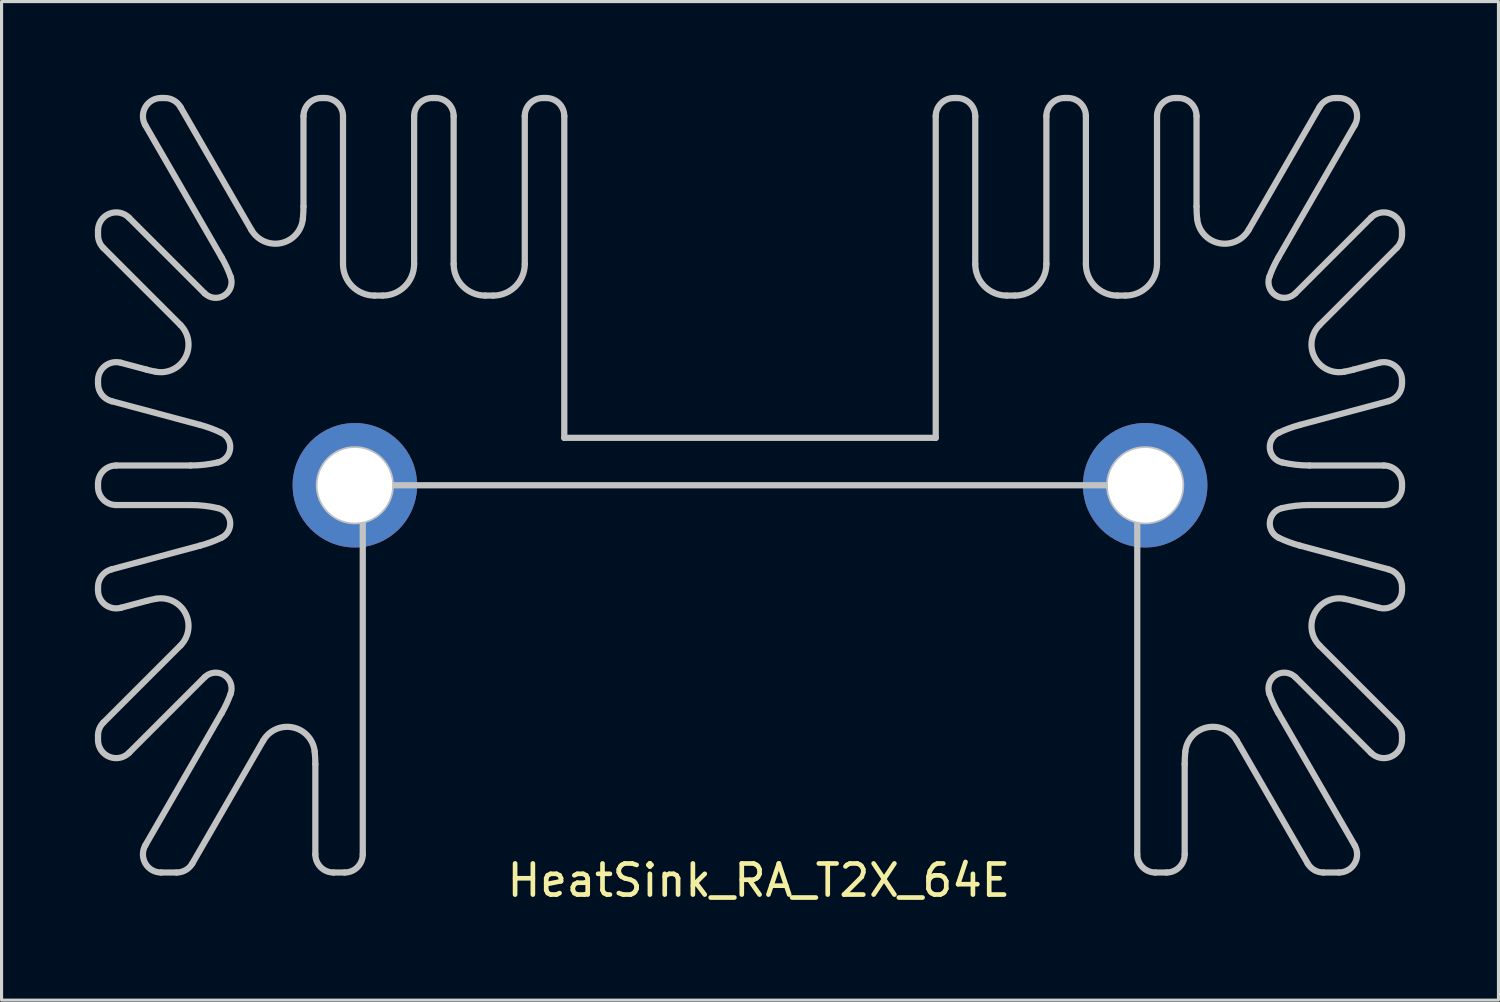
<source format=kicad_pcb>
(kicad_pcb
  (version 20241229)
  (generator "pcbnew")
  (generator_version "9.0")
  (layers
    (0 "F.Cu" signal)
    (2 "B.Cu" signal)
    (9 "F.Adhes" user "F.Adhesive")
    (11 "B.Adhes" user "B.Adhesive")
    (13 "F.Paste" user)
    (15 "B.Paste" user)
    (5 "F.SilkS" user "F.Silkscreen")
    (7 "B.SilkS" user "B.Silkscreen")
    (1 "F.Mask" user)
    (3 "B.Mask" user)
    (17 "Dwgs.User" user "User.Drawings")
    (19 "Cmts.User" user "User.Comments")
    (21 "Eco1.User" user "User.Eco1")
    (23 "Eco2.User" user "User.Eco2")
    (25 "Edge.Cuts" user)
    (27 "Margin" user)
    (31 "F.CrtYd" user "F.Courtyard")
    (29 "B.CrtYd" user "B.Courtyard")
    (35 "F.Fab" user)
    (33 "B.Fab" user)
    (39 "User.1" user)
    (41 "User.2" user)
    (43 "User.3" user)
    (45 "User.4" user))
  (footprint "HeatSink_RA_T2X_64E"
    (layer "F.Cu")
    (at 21.055 12.546)
    (property "Reference" "HeatSink_RA_T2X_64E" (at 0.283 12.7 0) (layer "F.SilkS") (effects (font (size 1 1) (thickness 0.15))))
    (attr through_hole)
    (fp_line (start -20.955 -8.186) (end -20.955 -8.042) (stroke (width 0.2) (type solid)) (layer "Dwgs.User"))
    (fp_line (start -20.955 -3.373) (end -20.955 -3.268) (stroke (width 0.2) (type solid)) (layer "Dwgs.User"))
    (fp_line (start -20.955 -0.051) (end -20.955 0.051) (stroke (width 0.2) (type solid)) (layer "Dwgs.User"))
    (fp_line (start -20.955 3.268) (end -20.955 3.373) (stroke (width 0.2) (type solid)) (layer "Dwgs.User"))
    (fp_line (start -20.955 8.042) (end -20.955 8.186) (stroke (width 0.2) (type solid)) (layer "Dwgs.User"))
    (fp_line (start -20.784 7.629) (end -18.306 5.152) (stroke (width 0.2) (type solid)) (layer "Dwgs.User"))
    (fp_line (start -20.522 2.703) (end -17.678 1.941) (stroke (width 0.2) (type solid)) (layer "Dwgs.User"))
    (fp_line (start -20.371 -0.635) (end -17.983 -0.635) (stroke (width 0.2) (type solid)) (layer "Dwgs.User"))
    (fp_line (start -20.371 0.635) (end -17.983 0.635) (stroke (width 0.2) (type solid)) (layer "Dwgs.User"))
    (fp_line (start -20.22 -3.937) (end -19.4 -3.718) (stroke (width 0.2) (type solid)) (layer "Dwgs.User"))
    (fp_line (start -19.958 -8.599) (end -17.53 -6.171) (stroke (width 0.2) (type solid)) (layer "Dwgs.User"))
    (fp_line (start -19.433 11.57) (end -16.985 7.329) (stroke (width 0.2) (type solid)) (layer "Dwgs.User"))
    (fp_line (start -19.4 3.718) (end -20.22 3.937) (stroke (width 0.2) (type solid)) (layer "Dwgs.User"))
    (fp_line (start -18.927 12.446) (end -18.429 12.446) (stroke (width 0.2) (type solid)) (layer "Dwgs.User"))
    (fp_line (start -18.81 -12.446) (end -18.927 -12.446) (stroke (width 0.2) (type solid)) (layer "Dwgs.User"))
    (fp_line (start -18.306 -5.152) (end -20.784 -7.629) (stroke (width 0.2) (type solid)) (layer "Dwgs.User"))
    (fp_line (start -18.304 -12.154) (end -16.026 -8.208) (stroke (width 0.2) (type solid)) (layer "Dwgs.User"))
    (fp_line (start -17.678 -1.941) (end -20.522 -2.703) (stroke (width 0.2) (type solid)) (layer "Dwgs.User"))
    (fp_line (start -17.53 6.171) (end -19.958 8.599) (stroke (width 0.2) (type solid)) (layer "Dwgs.User"))
    (fp_line (start -16.985 -7.329) (end -19.433 -11.57) (stroke (width 0.2) (type solid)) (layer "Dwgs.User"))
    (fp_line (start -15.645 8.208) (end -17.923 12.154) (stroke (width 0.2) (type solid)) (layer "Dwgs.User"))
    (fp_line (start -14.351 -11.862) (end -14.351 -8.963) (stroke (width 0.2) (type solid)) (layer "Dwgs.User"))
    (fp_line (start -13.97 11.862) (end -13.97 8.963) (stroke (width 0.2) (type solid)) (layer "Dwgs.User"))
    (fp_line (start -13.665 -12.446) (end -13.767 -12.446) (stroke (width 0.2) (type solid)) (layer "Dwgs.User"))
    (fp_line (start -13.386 12.446) (end -13.03 12.446) (stroke (width 0.2) (type solid)) (layer "Dwgs.User"))
    (fp_line (start -13.081 -11.862) (end -13.081 -7.112) (stroke (width 0.2) (type solid)) (layer "Dwgs.User"))
    (fp_line (start -12.446 11.862) (end -12.446 1.127) (stroke (width 0.2) (type solid)) (layer "Dwgs.User"))
    (fp_line (start -12.065 -6.096) (end -11.811 -6.096) (stroke (width 0.2) (type solid)) (layer "Dwgs.User"))
    (fp_line (start -11.544 0) (end 11.544 0) (stroke (width 0.2) (type solid)) (layer "Dwgs.User"))
    (fp_line (start -10.795 -11.862) (end -10.795 -7.112) (stroke (width 0.2) (type solid)) (layer "Dwgs.User"))
    (fp_line (start -10.109 -12.446) (end -10.211 -12.446) (stroke (width 0.2) (type solid)) (layer "Dwgs.User"))
    (fp_line (start -9.525 -11.862) (end -9.525 -7.112) (stroke (width 0.2) (type solid)) (layer "Dwgs.User"))
    (fp_line (start -8.509 -6.096) (end -8.255 -6.096) (stroke (width 0.2) (type solid)) (layer "Dwgs.User"))
    (fp_line (start -7.239 -11.862) (end -7.239 -7.112) (stroke (width 0.2) (type solid)) (layer "Dwgs.User"))
    (fp_line (start -6.553 -12.446) (end -6.655 -12.446) (stroke (width 0.2) (type solid)) (layer "Dwgs.User"))
    (fp_line (start -5.969 -1.524) (end -5.969 -11.862) (stroke (width 0.2) (type solid)) (layer "Dwgs.User"))
    (fp_line (start 5.969 -11.862) (end 5.969 -1.524) (stroke (width 0.2) (type solid)) (layer "Dwgs.User"))
    (fp_line (start 5.969 -1.524) (end -5.969 -1.524) (stroke (width 0.2) (type solid)) (layer "Dwgs.User"))
    (fp_line (start 6.655 -12.446) (end 6.553 -12.446) (stroke (width 0.2) (type solid)) (layer "Dwgs.User"))
    (fp_line (start 7.239 -11.862) (end 7.239 -7.112) (stroke (width 0.2) (type solid)) (layer "Dwgs.User"))
    (fp_line (start 8.509 -6.096) (end 8.255 -6.096) (stroke (width 0.2) (type solid)) (layer "Dwgs.User"))
    (fp_line (start 9.525 -11.862) (end 9.525 -7.112) (stroke (width 0.2) (type solid)) (layer "Dwgs.User"))
    (fp_line (start 10.211 -12.446) (end 10.109 -12.446) (stroke (width 0.2) (type solid)) (layer "Dwgs.User"))
    (fp_line (start 10.795 -11.862) (end 10.795 -7.112) (stroke (width 0.2) (type solid)) (layer "Dwgs.User"))
    (fp_line (start 12.065 -6.096) (end 11.811 -6.096) (stroke (width 0.2) (type solid)) (layer "Dwgs.User"))
    (fp_line (start 12.446 1.127) (end 12.446 11.862) (stroke (width 0.2) (type solid)) (layer "Dwgs.User"))
    (fp_line (start 13.03 12.446) (end 13.386 12.446) (stroke (width 0.2) (type solid)) (layer "Dwgs.User"))
    (fp_line (start 13.081 -11.862) (end 13.081 -7.112) (stroke (width 0.2) (type solid)) (layer "Dwgs.User"))
    (fp_line (start 13.767 -12.446) (end 13.665 -12.446) (stroke (width 0.2) (type solid)) (layer "Dwgs.User"))
    (fp_line (start 13.97 11.862) (end 13.97 8.963) (stroke (width 0.2) (type solid)) (layer "Dwgs.User"))
    (fp_line (start 14.351 -11.862) (end 14.351 -8.963) (stroke (width 0.2) (type solid)) (layer "Dwgs.User"))
    (fp_line (start 15.645 8.208) (end 17.923 12.154) (stroke (width 0.2) (type solid)) (layer "Dwgs.User"))
    (fp_line (start 16.985 -7.329) (end 19.433 -11.57) (stroke (width 0.2) (type solid)) (layer "Dwgs.User"))
    (fp_line (start 17.53 6.171) (end 19.958 8.599) (stroke (width 0.2) (type solid)) (layer "Dwgs.User"))
    (fp_line (start 17.678 -1.941) (end 20.522 -2.703) (stroke (width 0.2) (type solid)) (layer "Dwgs.User"))
    (fp_line (start 18.304 -12.154) (end 16.026 -8.208) (stroke (width 0.2) (type solid)) (layer "Dwgs.User"))
    (fp_line (start 18.306 -5.152) (end 20.784 -7.629) (stroke (width 0.2) (type solid)) (layer "Dwgs.User"))
    (fp_line (start 18.429 12.446) (end 18.927 12.446) (stroke (width 0.2) (type solid)) (layer "Dwgs.User"))
    (fp_line (start 18.927 -12.446) (end 18.81 -12.446) (stroke (width 0.2) (type solid)) (layer "Dwgs.User"))
    (fp_line (start 19.4 3.718) (end 20.22 3.937) (stroke (width 0.2) (type solid)) (layer "Dwgs.User"))
    (fp_line (start 19.433 11.57) (end 16.985 7.329) (stroke (width 0.2) (type solid)) (layer "Dwgs.User"))
    (fp_line (start 19.958 -8.599) (end 17.53 -6.171) (stroke (width 0.2) (type solid)) (layer "Dwgs.User"))
    (fp_line (start 20.22 -3.937) (end 19.4 -3.718) (stroke (width 0.2) (type solid)) (layer "Dwgs.User"))
    (fp_line (start 20.371 -0.635) (end 17.983 -0.635) (stroke (width 0.2) (type solid)) (layer "Dwgs.User"))
    (fp_line (start 20.371 0.635) (end 17.983 0.635) (stroke (width 0.2) (type solid)) (layer "Dwgs.User"))
    (fp_line (start 20.522 2.703) (end 17.678 1.941) (stroke (width 0.2) (type solid)) (layer "Dwgs.User"))
    (fp_line (start 20.784 7.629) (end 18.306 5.152) (stroke (width 0.2) (type solid)) (layer "Dwgs.User"))
    (fp_line (start 20.955 -8.042) (end 20.955 -8.186) (stroke (width 0.2) (type solid)) (layer "Dwgs.User"))
    (fp_line (start 20.955 -3.268) (end 20.955 -3.373) (stroke (width 0.2) (type solid)) (layer "Dwgs.User"))
    (fp_line (start 20.955 0.051) (end 20.955 -0.051) (stroke (width 0.2) (type solid)) (layer "Dwgs.User"))
    (fp_line (start 20.955 3.373) (end 20.955 3.268) (stroke (width 0.2) (type solid)) (layer "Dwgs.User"))
    (fp_line (start 20.955 8.186) (end 20.955 8.042) (stroke (width 0.2) (type solid)) (layer "Dwgs.User"))
    (fp_arc (start -20.955 -8.186151) (mid -20.594364 -8.725881) (end -19.957708 -8.599243) (stroke (width 0.2) (type solid)) (layer "Dwgs.User"))
    (fp_arc (start -20.955 -0.0508) (mid -20.783892 -0.463892) (end -20.3708 -0.635) (stroke (width 0.2) (type solid)) (layer "Dwgs.User"))
    (fp_arc (start -20.955 3.267646) (mid -20.834277 2.912008) (end -20.522002 2.703352) (stroke (width 0.2) (type solid)) (layer "Dwgs.User"))
    (fp_arc (start -20.954999 -3.37283) (mid -20.726438 -3.836306) (end -20.219598 -3.937123) (stroke (width 0.2) (type solid)) (layer "Dwgs.User"))
    (fp_arc (start -20.954999 8.042467) (mid -20.910529 7.818904) (end -20.783891 7.629376) (stroke (width 0.2) (type solid)) (layer "Dwgs.User"))
    (fp_arc (start -20.783892 -7.629375) (mid -20.910531 -7.818903) (end -20.955 -8.042467) (stroke (width 0.2) (type solid)) (layer "Dwgs.User"))
    (fp_arc (start -20.522002 -2.703352) (mid -20.834277 -2.912007) (end -20.955 -3.267646) (stroke (width 0.2) (type solid)) (layer "Dwgs.User"))
    (fp_arc (start -20.3708 0.635) (mid -20.783892 0.463892) (end -20.955 0.0508) (stroke (width 0.2) (type solid)) (layer "Dwgs.User"))
    (fp_arc (start -20.219598 3.937124) (mid -20.726439 3.836307) (end -20.955 3.37283) (stroke (width 0.2) (type solid)) (layer "Dwgs.User"))
    (fp_arc (start -19.957708 8.599243) (mid -20.594364 8.725882) (end -20.955 8.186151) (stroke (width 0.2) (type solid)) (layer "Dwgs.User"))
    (fp_arc (start -19.433068 -11.5697) (mid -19.433068 -12.1539) (end -18.927136 -12.446) (stroke (width 0.2) (type solid)) (layer "Dwgs.User"))
    (fp_arc (start -19.400017 3.717518) (mid -19.249092 3.680235) (end -19.096821 3.648901) (stroke (width 0.2) (type solid)) (layer "Dwgs.User"))
    (fp_arc (start -19.096821 -3.648901) (mid -19.249092 -3.680235) (end -19.400017 -3.717518) (stroke (width 0.2) (type solid)) (layer "Dwgs.User"))
    (fp_arc (start -19.096819 3.648902) (mid -18.148015 4.109048) (end -18.306138 5.151622) (stroke (width 0.2) (type solid)) (layer "Dwgs.User"))
    (fp_arc (start -18.927136 12.446) (mid -19.433068 12.1539) (end -19.433068 11.5697) (stroke (width 0.2) (type solid)) (layer "Dwgs.User"))
    (fp_arc (start -18.809818 -12.446) (mid -18.517718 -12.367732) (end -18.303886 -12.1539) (stroke (width 0.2) (type solid)) (layer "Dwgs.User"))
    (fp_arc (start -18.306137 -5.15162) (mid -18.148016 -4.109045) (end -19.096821 -3.648901) (stroke (width 0.2) (type solid)) (layer "Dwgs.User"))
    (fp_arc (start -17.982878 0.635) (mid -17.538274 0.660023) (end -17.099285 0.734774) (stroke (width 0.2) (type solid)) (layer "Dwgs.User"))
    (fp_arc (start -17.922886 12.1539) (mid -18.136718 12.367732) (end -18.428818 12.446) (stroke (width 0.2) (type solid)) (layer "Dwgs.User"))
    (fp_arc (start -17.678009 -1.941306) (mid -17.329816 -1.830568) (end -16.993304 -1.688227) (stroke (width 0.2) (type solid)) (layer "Dwgs.User"))
    (fp_arc (start -17.529956 6.171493) (mid -16.897724 6.102307) (end -16.693443 6.704614) (stroke (width 0.2) (type solid)) (layer "Dwgs.User"))
    (fp_arc (start -17.099285 -0.734774) (mid -17.538274 -0.660022) (end -17.982878 -0.635) (stroke (width 0.2) (type solid)) (layer "Dwgs.User"))
    (fp_arc (start -17.099284 0.734775) (mid -16.707676 1.173862) (end -16.993304 1.688227) (stroke (width 0.2) (type solid)) (layer "Dwgs.User"))
    (fp_arc (start -16.993304 1.688227) (mid -17.329816 1.830568) (end -17.678009 1.941306) (stroke (width 0.2) (type solid)) (layer "Dwgs.User"))
    (fp_arc (start -16.993303 -1.688228) (mid -16.707675 -1.173861) (end -17.099285 -0.734774) (stroke (width 0.2) (type solid)) (layer "Dwgs.User"))
    (fp_arc (start -16.984869 -7.329295) (mid -16.825546 -7.023304) (end -16.693443 -6.704614) (stroke (width 0.2) (type solid)) (layer "Dwgs.User"))
    (fp_arc (start -16.693443 -6.704614) (mid -16.897723 -6.102306) (end -17.529956 -6.171491) (stroke (width 0.2) (type solid)) (layer "Dwgs.User"))
    (fp_arc (start -16.693443 6.704614) (mid -16.825546 7.023304) (end -16.984869 7.329295) (stroke (width 0.2) (type solid)) (layer "Dwgs.User"))
    (fp_arc (start -15.644668 8.207912) (mid -14.688474 7.78315) (end -13.990333 8.562463) (stroke (width 0.2) (type solid)) (layer "Dwgs.User"))
    (fp_arc (start -14.371333 -8.562463) (mid -15.069473 -7.783149) (end -16.025668 -8.20791) (stroke (width 0.2) (type solid)) (layer "Dwgs.User"))
    (fp_arc (start -14.351 -11.8618) (mid -14.179892 -12.274892) (end -13.7668 -12.446) (stroke (width 0.2) (type solid)) (layer "Dwgs.User"))
    (fp_arc (start -14.350999 -8.96337) (mid -14.356086 -8.762659) (end -14.371333 -8.562463) (stroke (width 0.2) (type solid)) (layer "Dwgs.User"))
    (fp_arc (start -13.990334 8.562464) (mid -13.975087 8.76266) (end -13.97 8.963371) (stroke (width 0.2) (type solid)) (layer "Dwgs.User"))
    (fp_arc (start -13.6652 -12.446) (mid -13.252108 -12.274892) (end -13.081 -11.8618) (stroke (width 0.2) (type solid)) (layer "Dwgs.User"))
    (fp_arc (start -13.3858 12.446) (mid -13.798892 12.274892) (end -13.97 11.8618) (stroke (width 0.2) (type solid)) (layer "Dwgs.User"))
    (fp_arc (start -12.446 11.8618) (mid -12.617108 12.274892) (end -13.0302 12.446) (stroke (width 0.2) (type solid)) (layer "Dwgs.User"))
    (fp_arc (start -12.065 -6.096) (mid -12.78342 -6.39358) (end -13.081 -7.112) (stroke (width 0.2) (type solid)) (layer "Dwgs.User"))
    (fp_arc (start -10.795 -11.8618) (mid -10.623892 -12.274892) (end -10.2108 -12.446) (stroke (width 0.2) (type solid)) (layer "Dwgs.User"))
    (fp_arc (start -10.795 -7.112) (mid -11.09258 -6.39358) (end -11.811 -6.096) (stroke (width 0.2) (type solid)) (layer "Dwgs.User"))
    (fp_arc (start -10.1092 -12.446) (mid -9.696108 -12.274892) (end -9.525 -11.8618) (stroke (width 0.2) (type solid)) (layer "Dwgs.User"))
    (fp_arc (start -8.509 -6.096) (mid -9.22742 -6.39358) (end -9.525 -7.112) (stroke (width 0.2) (type solid)) (layer "Dwgs.User"))
    (fp_arc (start -7.239 -11.8618) (mid -7.067892 -12.274892) (end -6.6548 -12.446) (stroke (width 0.2) (type solid)) (layer "Dwgs.User"))
    (fp_arc (start -7.239 -7.112) (mid -7.53658 -6.39358) (end -8.255 -6.096) (stroke (width 0.2) (type solid)) (layer "Dwgs.User"))
    (fp_arc (start -6.5532 -12.446) (mid -6.140108 -12.274892) (end -5.969 -11.8618) (stroke (width 0.2) (type solid)) (layer "Dwgs.User"))
    (fp_arc (start 5.969 -11.8618) (mid 6.140108 -12.274892) (end 6.5532 -12.446) (stroke (width 0.2) (type solid)) (layer "Dwgs.User"))
    (fp_arc (start 6.6548 -12.446) (mid 7.067892 -12.274892) (end 7.239 -11.8618) (stroke (width 0.2) (type solid)) (layer "Dwgs.User"))
    (fp_arc (start 8.255 -6.096) (mid 7.53658 -6.39358) (end 7.239 -7.112) (stroke (width 0.2) (type solid)) (layer "Dwgs.User"))
    (fp_arc (start 9.525 -11.8618) (mid 9.696108 -12.274892) (end 10.1092 -12.446) (stroke (width 0.2) (type solid)) (layer "Dwgs.User"))
    (fp_arc (start 9.525 -7.112) (mid 9.22742 -6.39358) (end 8.509 -6.096) (stroke (width 0.2) (type solid)) (layer "Dwgs.User"))
    (fp_arc (start 10.2108 -12.446) (mid 10.623892 -12.274892) (end 10.795 -11.8618) (stroke (width 0.2) (type solid)) (layer "Dwgs.User"))
    (fp_arc (start 11.811 -6.096) (mid 11.09258 -6.39358) (end 10.795 -7.112) (stroke (width 0.2) (type solid)) (layer "Dwgs.User"))
    (fp_arc (start 13.0302 12.446) (mid 12.617108 12.274892) (end 12.446 11.8618) (stroke (width 0.2) (type solid)) (layer "Dwgs.User"))
    (fp_arc (start 13.081 -11.8618) (mid 13.252108 -12.274892) (end 13.6652 -12.446) (stroke (width 0.2) (type solid)) (layer "Dwgs.User"))
    (fp_arc (start 13.081 -7.112) (mid 12.78342 -6.39358) (end 12.065 -6.096) (stroke (width 0.2) (type solid)) (layer "Dwgs.User"))
    (fp_arc (start 13.7668 -12.446) (mid 14.179892 -12.274892) (end 14.351 -11.8618) (stroke (width 0.2) (type solid)) (layer "Dwgs.User"))
    (fp_arc (start 13.97 8.96337) (mid 13.975087 8.762659) (end 13.990334 8.562463) (stroke (width 0.2) (type solid)) (layer "Dwgs.User"))
    (fp_arc (start 13.97 11.8618) (mid 13.798892 12.274892) (end 13.3858 12.446) (stroke (width 0.2) (type solid)) (layer "Dwgs.User"))
    (fp_arc (start 13.990334 8.562464) (mid 14.688474 7.78315) (end 15.644669 8.207911) (stroke (width 0.2) (type solid)) (layer "Dwgs.User"))
    (fp_arc (start 14.371334 -8.562463) (mid 14.356087 -8.762659) (end 14.351 -8.96337) (stroke (width 0.2) (type solid)) (layer "Dwgs.User"))
    (fp_arc (start 16.025669 -8.20791) (mid 15.069474 -7.783149) (end 14.371334 -8.562463) (stroke (width 0.2) (type solid)) (layer "Dwgs.User"))
    (fp_arc (start 16.693442 6.704615) (mid 16.897723 6.102306) (end 17.529957 6.171491) (stroke (width 0.2) (type solid)) (layer "Dwgs.User"))
    (fp_arc (start 16.693443 -6.704614) (mid 16.825546 -7.023304) (end 16.984869 -7.329295) (stroke (width 0.2) (type solid)) (layer "Dwgs.User"))
    (fp_arc (start 16.984869 7.329295) (mid 16.825546 7.023304) (end 16.693443 6.704614) (stroke (width 0.2) (type solid)) (layer "Dwgs.User"))
    (fp_arc (start 16.993304 1.688228) (mid 16.707676 1.173861) (end 17.099286 0.734774) (stroke (width 0.2) (type solid)) (layer "Dwgs.User"))
    (fp_arc (start 16.993305 -1.688227) (mid 17.329817 -1.830568) (end 17.67801 -1.941306) (stroke (width 0.2) (type solid)) (layer "Dwgs.User"))
    (fp_arc (start 17.099286 -0.734775) (mid 16.707677 -1.173861) (end 16.993304 -1.688227) (stroke (width 0.2) (type solid)) (layer "Dwgs.User"))
    (fp_arc (start 17.099286 0.734774) (mid 17.538275 0.660022) (end 17.982879 0.635) (stroke (width 0.2) (type solid)) (layer "Dwgs.User"))
    (fp_arc (start 17.529956 -6.171491) (mid 16.897723 -6.102306) (end 16.693443 -6.704614) (stroke (width 0.2) (type solid)) (layer "Dwgs.User"))
    (fp_arc (start 17.678009 1.941306) (mid 17.329816 1.830568) (end 16.993304 1.688227) (stroke (width 0.2) (type solid)) (layer "Dwgs.User"))
    (fp_arc (start 17.982879 -0.635) (mid 17.538275 -0.660023) (end 17.099286 -0.734774) (stroke (width 0.2) (type solid)) (layer "Dwgs.User"))
    (fp_arc (start 18.303887 -12.1539) (mid 18.517719 -12.367732) (end 18.809819 -12.446) (stroke (width 0.2) (type solid)) (layer "Dwgs.User"))
    (fp_arc (start 18.306138 5.151622) (mid 18.148016 4.109047) (end 19.096821 3.648901) (stroke (width 0.2) (type solid)) (layer "Dwgs.User"))
    (fp_arc (start 18.428819 12.446) (mid 18.136719 12.367732) (end 17.922887 12.1539) (stroke (width 0.2) (type solid)) (layer "Dwgs.User"))
    (fp_arc (start 18.927136 -12.446) (mid 19.433068 -12.1539) (end 19.433068 -11.5697) (stroke (width 0.2) (type solid)) (layer "Dwgs.User"))
    (fp_arc (start 19.096821 -3.6489) (mid 18.148016 -4.109046) (end 18.306138 -5.151621) (stroke (width 0.2) (type solid)) (layer "Dwgs.User"))
    (fp_arc (start 19.096822 3.648901) (mid 19.249093 3.680235) (end 19.400018 3.717518) (stroke (width 0.2) (type solid)) (layer "Dwgs.User"))
    (fp_arc (start 19.400017 -3.717518) (mid 19.249092 -3.680235) (end 19.096821 -3.648901) (stroke (width 0.2) (type solid)) (layer "Dwgs.User"))
    (fp_arc (start 19.433068 11.5697) (mid 19.433068 12.1539) (end 18.927136 12.446) (stroke (width 0.2) (type solid)) (layer "Dwgs.User"))
    (fp_arc (start 19.957708 -8.599243) (mid 20.594364 -8.725882) (end 20.955 -8.186151) (stroke (width 0.2) (type solid)) (layer "Dwgs.User"))
    (fp_arc (start 20.219598 -3.937124) (mid 20.726439 -3.836307) (end 20.955 -3.37283) (stroke (width 0.2) (type solid)) (layer "Dwgs.User"))
    (fp_arc (start 20.3708 -0.635) (mid 20.783892 -0.463892) (end 20.955 -0.0508) (stroke (width 0.2) (type solid)) (layer "Dwgs.User"))
    (fp_arc (start 20.522002 2.703352) (mid 20.834277 2.912007) (end 20.955 3.267646) (stroke (width 0.2) (type solid)) (layer "Dwgs.User"))
    (fp_arc (start 20.783892 7.629375) (mid 20.910531 7.818903) (end 20.955 8.042467) (stroke (width 0.2) (type solid)) (layer "Dwgs.User"))
    (fp_arc (start 20.955 -8.042467) (mid 20.91053 -7.818903) (end 20.783892 -7.629375) (stroke (width 0.2) (type solid)) (layer "Dwgs.User"))
    (fp_arc (start 20.955 -3.267646) (mid 20.834277 -2.912008) (end 20.522002 -2.703352) (stroke (width 0.2) (type solid)) (layer "Dwgs.User"))
    (fp_arc (start 20.955 0.0508) (mid 20.783892 0.463892) (end 20.3708 0.635) (stroke (width 0.2) (type solid)) (layer "Dwgs.User"))
    (fp_arc (start 20.955 3.37283) (mid 20.726438 3.836307) (end 20.219598 3.937124) (stroke (width 0.2) (type solid)) (layer "Dwgs.User"))
    (fp_arc (start 20.955 8.18615) (mid 20.594364 8.725881) (end 19.957709 8.599243) (stroke (width 0.2) (type solid)) (layer "Dwgs.User"))
    (fp_circle (center -12.7 0) (end -11.544 0) (stroke (width 0.2) (type solid)) (fill no) (layer "Dwgs.User"))
    (fp_circle (center 12.7 0) (end 13.856 0) (stroke (width 0.2) (type solid)) (fill no) (layer "Dwgs.User"))
    (pad "" thru_hole circle (at -12.7 0) (size 4 4) (drill 2.4) (layers "*.Cu" "*.Mask"))
    (pad "" thru_hole circle (at 12.7 0) (size 4 4) (drill 2.4) (layers "*.Cu" "*.Mask")))
  (gr_rect
    (start -3 -3)
    (end 45.11 29.094)
    (stroke (width 0.1) (type default))
    (fill no)
    (layer "Edge.Cuts")))
</source>
